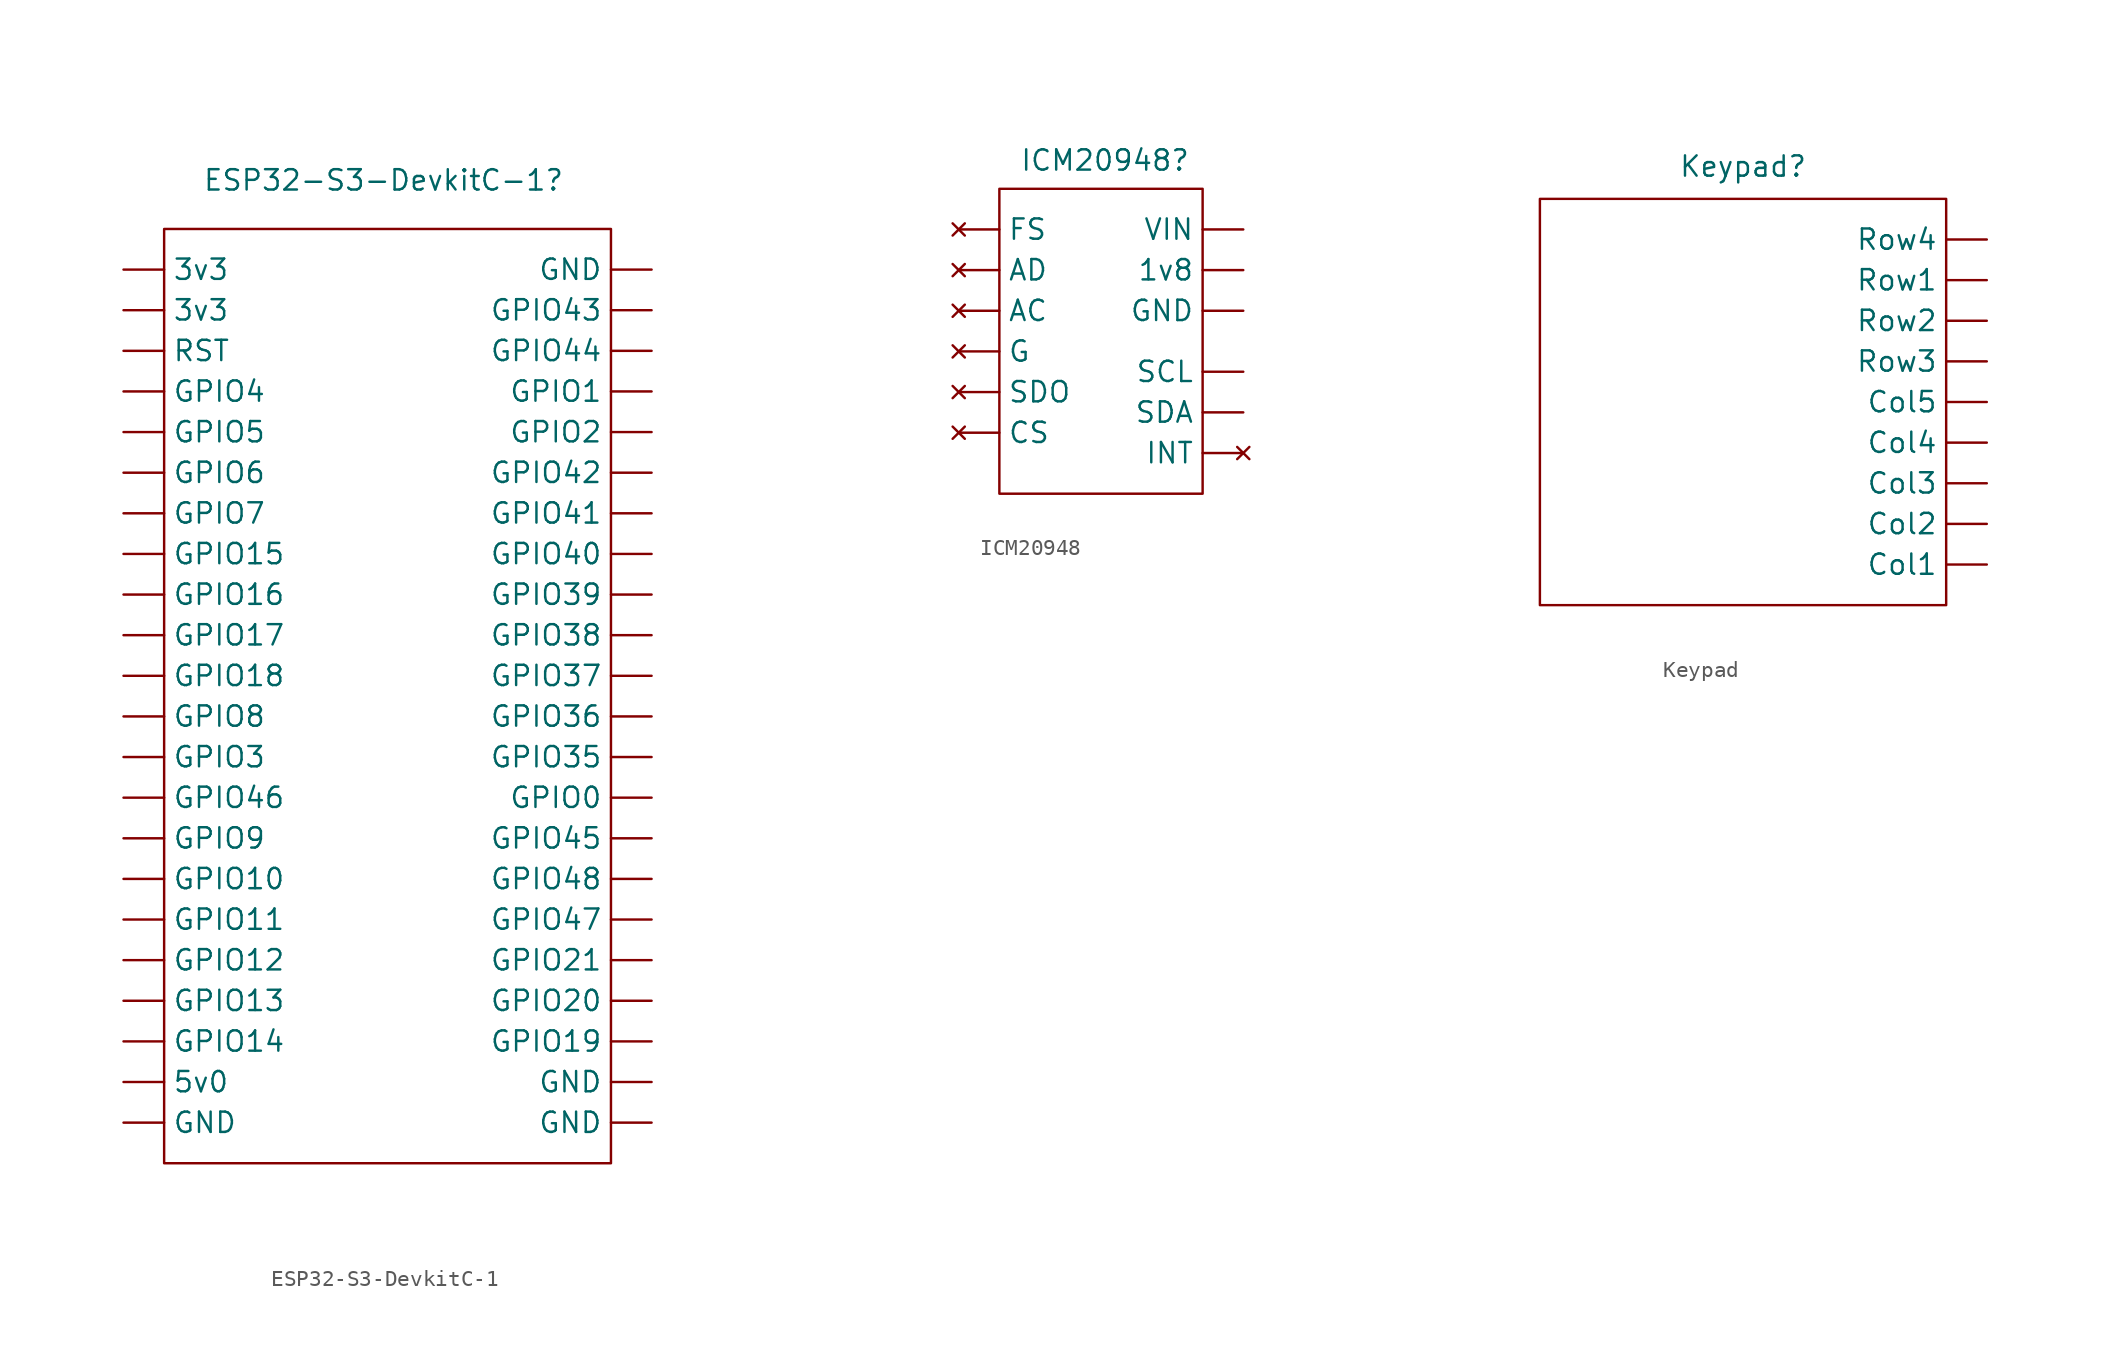
<source format=kicad_sym>
(kicad_symbol_lib
  (version 20231120)
  (generator "kicad_symbol_editor")
  (generator_version "8.0")
  (symbol "ESP32-S3-DevkitC-1"
    (property "Reference" "ESP32-S3-DevkitC-1"
      (at 28.956 -4.572 0)
      (effects (font (size 1.27 1.27))))
    (property "Value" ""
      (at 20.32 -6.35 0)
      (effects (font (size 1.27 1.27))))
    (symbol "ESP32-S3-DevkitC-1_0_1"
      (rectangle (start 15.24 -7.62) (end 43.18 -66.04) (stroke (width 0) (type default)) (fill (type none))))
    (symbol "ESP32-S3-DevkitC-1_1_1"
      (pin power_out line (at 12.7 -12.7 0) (length 2.54) (name "3v3" (effects (font (size 1.27 1.27)))) (number "" (effects (font (size 1.27 1.27)))))
      (pin power_out line (at 12.7 -10.16 0) (length 2.54) (name "3v3" (effects (font (size 1.27 1.27)))) (number "" (effects (font (size 1.27 1.27)))))
      (pin power_out line (at 12.7 -60.96 0) (length 2.54) (name "5v0" (effects (font (size 1.27 1.27)))) (number "" (effects (font (size 1.27 1.27)))))
      (pin free line (at 12.7 -63.5 0) (length 2.54) (name "GND" (effects (font (size 1.27 1.27)))) (number "" (effects (font (size 1.27 1.27)))))
      (pin free line (at 45.72 -63.5 180) (length 2.54) (name "GND" (effects (font (size 1.27 1.27)))) (number "" (effects (font (size 1.27 1.27)))))
      (pin free line (at 45.72 -60.96 180) (length 2.54) (name "GND" (effects (font (size 1.27 1.27)))) (number "" (effects (font (size 1.27 1.27)))))
      (pin free line (at 45.72 -10.16 180) (length 2.54) (name "GND" (effects (font (size 1.27 1.27)))) (number "" (effects (font (size 1.27 1.27)))))
      (pin free line (at 45.72 -43.18 180) (length 2.54) (name "GPIO0" (effects (font (size 1.27 1.27)))) (number "" (effects (font (size 1.27 1.27)))))
      (pin free line (at 45.72 -17.78 180) (length 2.54) (name "GPIO1" (effects (font (size 1.27 1.27)))) (number "" (effects (font (size 1.27 1.27)))))
      (pin free line (at 12.7 -48.26 0) (length 2.54) (name "GPIO10" (effects (font (size 1.27 1.27)))) (number "" (effects (font (size 1.27 1.27)))))
      (pin free line (at 12.7 -50.8 0) (length 2.54) (name "GPIO11" (effects (font (size 1.27 1.27)))) (number "" (effects (font (size 1.27 1.27)))))
      (pin free line (at 12.7 -53.34 0) (length 2.54) (name "GPIO12" (effects (font (size 1.27 1.27)))) (number "" (effects (font (size 1.27 1.27)))))
      (pin free line (at 12.7 -55.88 0) (length 2.54) (name "GPIO13" (effects (font (size 1.27 1.27)))) (number "" (effects (font (size 1.27 1.27)))))
      (pin free line (at 12.7 -58.42 0) (length 2.54) (name "GPIO14" (effects (font (size 1.27 1.27)))) (number "" (effects (font (size 1.27 1.27)))))
      (pin free line (at 12.7 -27.94 0) (length 2.54) (name "GPIO15" (effects (font (size 1.27 1.27)))) (number "" (effects (font (size 1.27 1.27)))))
      (pin free line (at 12.7 -30.48 0) (length 2.54) (name "GPIO16" (effects (font (size 1.27 1.27)))) (number "" (effects (font (size 1.27 1.27)))))
      (pin free line (at 12.7 -33.02 0) (length 2.54) (name "GPIO17" (effects (font (size 1.27 1.27)))) (number "" (effects (font (size 1.27 1.27)))))
      (pin free line (at 12.7 -35.56 0) (length 2.54) (name "GPIO18" (effects (font (size 1.27 1.27)))) (number "" (effects (font (size 1.27 1.27)))))
      (pin free line (at 45.72 -58.42 180) (length 2.54) (name "GPIO19" (effects (font (size 1.27 1.27)))) (number "" (effects (font (size 1.27 1.27)))))
      (pin free line (at 45.72 -20.32 180) (length 2.54) (name "GPIO2" (effects (font (size 1.27 1.27)))) (number "" (effects (font (size 1.27 1.27)))))
      (pin free line (at 45.72 -55.88 180) (length 2.54) (name "GPIO20" (effects (font (size 1.27 1.27)))) (number "" (effects (font (size 1.27 1.27)))))
      (pin free line (at 45.72 -53.34 180) (length 2.54) (name "GPIO21" (effects (font (size 1.27 1.27)))) (number "" (effects (font (size 1.27 1.27)))))
      (pin free line (at 12.7 -40.64 0) (length 2.54) (name "GPIO3" (effects (font (size 1.27 1.27)))) (number "" (effects (font (size 1.27 1.27)))))
      (pin free line (at 45.72 -40.64 180) (length 2.54) (name "GPIO35" (effects (font (size 1.27 1.27)))) (number "" (effects (font (size 1.27 1.27)))))
      (pin free line (at 45.72 -38.1 180) (length 2.54) (name "GPIO36" (effects (font (size 1.27 1.27)))) (number "" (effects (font (size 1.27 1.27)))))
      (pin free line (at 45.72 -35.56 180) (length 2.54) (name "GPIO37" (effects (font (size 1.27 1.27)))) (number "" (effects (font (size 1.27 1.27)))))
      (pin free line (at 45.72 -33.02 180) (length 2.54) (name "GPIO38" (effects (font (size 1.27 1.27)))) (number "" (effects (font (size 1.27 1.27)))))
      (pin free line (at 45.72 -30.48 180) (length 2.54) (name "GPIO39" (effects (font (size 1.27 1.27)))) (number "" (effects (font (size 1.27 1.27)))))
      (pin free line (at 12.7 -17.78 0) (length 2.54) (name "GPIO4" (effects (font (size 1.27 1.27)))) (number "" (effects (font (size 1.27 1.27)))))
      (pin free line (at 45.72 -27.94 180) (length 2.54) (name "GPIO40" (effects (font (size 1.27 1.27)))) (number "" (effects (font (size 1.27 1.27)))))
      (pin free line (at 45.72 -25.4 180) (length 2.54) (name "GPIO41" (effects (font (size 1.27 1.27)))) (number "" (effects (font (size 1.27 1.27)))))
      (pin free line (at 45.72 -22.86 180) (length 2.54) (name "GPIO42" (effects (font (size 1.27 1.27)))) (number "" (effects (font (size 1.27 1.27)))))
      (pin free line (at 45.72 -12.7 180) (length 2.54) (name "GPIO43" (effects (font (size 1.27 1.27)))) (number "" (effects (font (size 1.27 1.27)))))
      (pin free line (at 45.72 -15.24 180) (length 2.54) (name "GPIO44" (effects (font (size 1.27 1.27)))) (number "" (effects (font (size 1.27 1.27)))))
      (pin free line (at 45.72 -45.72 180) (length 2.54) (name "GPIO45" (effects (font (size 1.27 1.27)))) (number "" (effects (font (size 1.27 1.27)))))
      (pin free line (at 12.7 -43.18 0) (length 2.54) (name "GPIO46" (effects (font (size 1.27 1.27)))) (number "" (effects (font (size 1.27 1.27)))))
      (pin free line (at 45.72 -50.8 180) (length 2.54) (name "GPIO47" (effects (font (size 1.27 1.27)))) (number "" (effects (font (size 1.27 1.27)))))
      (pin free line (at 45.72 -48.26 180) (length 2.54) (name "GPIO48" (effects (font (size 1.27 1.27)))) (number "" (effects (font (size 1.27 1.27)))))
      (pin free line (at 12.7 -20.32 0) (length 2.54) (name "GPIO5" (effects (font (size 1.27 1.27)))) (number "" (effects (font (size 1.27 1.27)))))
      (pin free line (at 12.7 -22.86 0) (length 2.54) (name "GPIO6" (effects (font (size 1.27 1.27)))) (number "" (effects (font (size 1.27 1.27)))))
      (pin free line (at 12.7 -25.4 0) (length 2.54) (name "GPIO7" (effects (font (size 1.27 1.27)))) (number "" (effects (font (size 1.27 1.27)))))
      (pin free line (at 12.7 -38.1 0) (length 2.54) (name "GPIO8" (effects (font (size 1.27 1.27)))) (number "" (effects (font (size 1.27 1.27)))))
      (pin free line (at 12.7 -45.72 0) (length 2.54) (name "GPIO9" (effects (font (size 1.27 1.27)))) (number "" (effects (font (size 1.27 1.27)))))
      (pin free line (at 12.7 -15.24 0) (length 2.54) (name "RST" (effects (font (size 1.27 1.27)))) (number "" (effects (font (size 1.27 1.27)))))))
  (symbol "ICM20948"
    (property "Reference" "ICM20948"
      (at 18.034 -3.302 0)
      (effects (font (size 1.27 1.27))))
    (property "Value" ""
      (at 0 0 0)
      (effects (font (size 1.27 1.27))))
    (symbol "ICM20948_0_1"
      (rectangle (start 24.13 -5.08) (end 11.43 -24.13) (stroke (width 0) (type default)) (fill (type none))))
    (symbol "ICM20948_1_1"
      (pin power_out line (at 26.67 -10.16 180) (length 2.54) (name "1v8" (effects (font (size 1.27 1.27)))) (number "" (effects (font (size 1.27 1.27)))))
      (pin no_connect line (at 8.89 -12.7 0) (length 2.54) (name "AC" (effects (font (size 1.27 1.27)))) (number "" (effects (font (size 1.27 1.27)))))
      (pin no_connect line (at 8.89 -10.16 0) (length 2.54) (name "AD" (effects (font (size 1.27 1.27)))) (number "" (effects (font (size 1.27 1.27)))))
      (pin no_connect line (at 8.89 -20.32 0) (length 2.54) (name "CS" (effects (font (size 1.27 1.27)))) (number "" (effects (font (size 1.27 1.27)))))
      (pin no_connect line (at 8.89 -7.62 0) (length 2.54) (name "FS" (effects (font (size 1.27 1.27)))) (number "" (effects (font (size 1.27 1.27)))))
      (pin no_connect line (at 8.89 -15.24 0) (length 2.54) (name "G" (effects (font (size 1.27 1.27)))) (number "" (effects (font (size 1.27 1.27)))))
      (pin free line (at 26.67 -12.7 180) (length 2.54) (name "GND" (effects (font (size 1.27 1.27)))) (number "" (effects (font (size 1.27 1.27)))))
      (pin no_connect line (at 26.67 -21.59 180) (length 2.54) (name "INT" (effects (font (size 1.27 1.27)))) (number "" (effects (font (size 1.27 1.27)))))
      (pin free line (at 26.67 -16.51 180) (length 2.54) (name "SCL" (effects (font (size 1.27 1.27)))) (number "" (effects (font (size 1.27 1.27)))))
      (pin free line (at 26.67 -19.05 180) (length 2.54) (name "SDA" (effects (font (size 1.27 1.27)))) (number "" (effects (font (size 1.27 1.27)))))
      (pin no_connect line (at 8.89 -17.78 0) (length 2.54) (name "SDO" (effects (font (size 1.27 1.27)))) (number "" (effects (font (size 1.27 1.27)))))
      (pin power_in line (at 26.67 -7.62 180) (length 2.54) (name "VIN" (effects (font (size 1.27 1.27)))) (number "" (effects (font (size 1.27 1.27)))))))
  (symbol "Keypad"
    (property "Reference" "Keypad"
      (at 20.32 -3.048 0)
      (effects (font (size 1.27 1.27))))
    (property "Value" ""
      (at 0 0 0)
      (effects (font (size 1.27 1.27))))
    (symbol "Keypad_0_1"
      (rectangle (start 33.02 -5.08) (end 7.62 -30.48) (stroke (width 0) (type default)) (fill (type none))))
    (symbol "Keypad_1_1"
      (pin free line (at 35.56 -27.94 180) (length 2.54) (name "Col1" (effects (font (size 1.27 1.27)))) (number "" (effects (font (size 1.27 1.27)))))
      (pin free line (at 35.56 -25.4 180) (length 2.54) (name "Col2" (effects (font (size 1.27 1.27)))) (number "" (effects (font (size 1.27 1.27)))))
      (pin free line (at 35.56 -22.86 180) (length 2.54) (name "Col3" (effects (font (size 1.27 1.27)))) (number "" (effects (font (size 1.27 1.27)))))
      (pin free line (at 35.56 -20.32 180) (length 2.54) (name "Col4" (effects (font (size 1.27 1.27)))) (number "" (effects (font (size 1.27 1.27)))))
      (pin free line (at 35.56 -17.78 180) (length 2.54) (name "Col5" (effects (font (size 1.27 1.27)))) (number "" (effects (font (size 1.27 1.27)))))
      (pin free line (at 35.56 -10.16 180) (length 2.54) (name "Row1" (effects (font (size 1.27 1.27)))) (number "" (effects (font (size 1.27 1.27)))))
      (pin free line (at 35.56 -12.7 180) (length 2.54) (name "Row2" (effects (font (size 1.27 1.27)))) (number "" (effects (font (size 1.27 1.27)))))
      (pin free line (at 35.56 -15.24 180) (length 2.54) (name "Row3" (effects (font (size 1.27 1.27)))) (number "" (effects (font (size 1.27 1.27)))))
      (pin free line (at 35.56 -7.62 180) (length 2.54) (name "Row4" (effects (font (size 1.27 1.27)))) (number "" (effects (font (size 1.27 1.27))))))))
</source>
